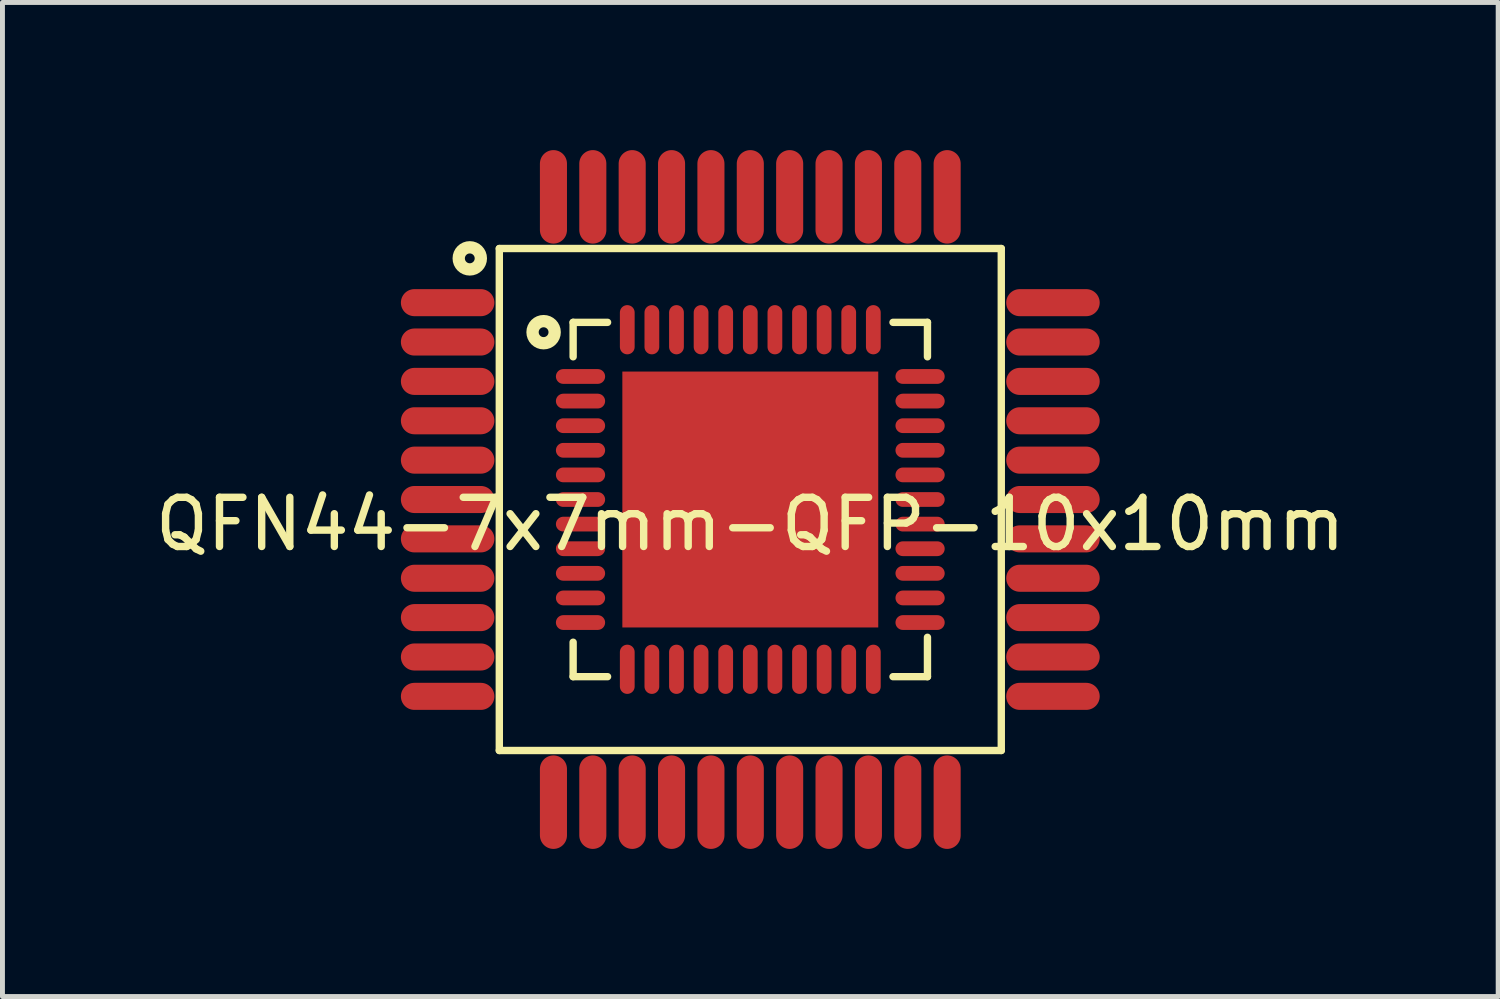
<source format=kicad_pcb>
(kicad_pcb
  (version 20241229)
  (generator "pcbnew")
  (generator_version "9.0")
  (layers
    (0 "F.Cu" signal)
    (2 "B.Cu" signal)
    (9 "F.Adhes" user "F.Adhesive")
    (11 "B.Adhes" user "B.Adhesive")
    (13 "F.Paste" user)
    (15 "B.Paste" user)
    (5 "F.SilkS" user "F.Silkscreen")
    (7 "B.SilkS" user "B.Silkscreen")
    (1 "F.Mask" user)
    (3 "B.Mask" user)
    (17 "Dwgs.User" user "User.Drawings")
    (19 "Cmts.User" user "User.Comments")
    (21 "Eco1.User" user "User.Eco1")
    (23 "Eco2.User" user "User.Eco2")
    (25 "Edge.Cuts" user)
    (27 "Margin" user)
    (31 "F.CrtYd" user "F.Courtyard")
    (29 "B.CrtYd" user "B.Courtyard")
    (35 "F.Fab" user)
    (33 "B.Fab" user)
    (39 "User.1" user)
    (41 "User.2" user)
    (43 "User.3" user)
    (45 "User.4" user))
  (footprint "QFN44-7x7mm-QFP-10x10mm"
    (layer "F.Cu")
    (at 12.196 7.1)
    (property "Reference" "QFN44-7x7mm-QFP-10x10mm" (at 0 0.5 0) (layer "F.SilkS") (effects (font (size 1 1) (thickness 0.15))))
    (attr through_hole)
    (fp_line (start -5.1 -5.1) (end -5.1 5.1) (stroke (width 0.15) (type solid)) (layer "F.SilkS"))
    (fp_line (start -5.1 5.1) (end 5.1 5.1) (stroke (width 0.15) (type solid)) (layer "F.SilkS"))
    (fp_line (start -3.6 -3.6) (end -2.9 -3.6) (stroke (width 0.15) (type solid)) (layer "F.SilkS"))
    (fp_line (start -3.6 -2.9) (end -3.6 -3.6) (stroke (width 0.15) (type solid)) (layer "F.SilkS"))
    (fp_line (start -3.6 3.6) (end -3.6 2.9) (stroke (width 0.15) (type solid)) (layer "F.SilkS"))
    (fp_line (start -2.9 3.6) (end -3.6 3.6) (stroke (width 0.15) (type solid)) (layer "F.SilkS"))
    (fp_line (start 2.9 -3.6) (end 3.6 -3.6) (stroke (width 0.15) (type solid)) (layer "F.SilkS"))
    (fp_line (start 3.6 -3.6) (end 3.6 -2.9) (stroke (width 0.15) (type solid)) (layer "F.SilkS"))
    (fp_line (start 3.6 2.8) (end 3.6 3.6) (stroke (width 0.15) (type solid)) (layer "F.SilkS"))
    (fp_line (start 3.6 3.6) (end 2.9 3.6) (stroke (width 0.15) (type solid)) (layer "F.SilkS"))
    (fp_line (start 5.1 -5.1) (end -5.1 -5.1) (stroke (width 0.15) (type solid)) (layer "F.SilkS"))
    (fp_line (start 5.1 5.1) (end 5.1 -5.1) (stroke (width 0.15) (type solid)) (layer "F.SilkS"))
    (fp_circle (center -5.7 -4.9) (end -5.6 -4.9) (stroke (width 0.25) (type solid)) (fill no) (layer "F.SilkS"))
    (fp_circle (center -4.2 -3.4) (end -4.1 -3.4) (stroke (width 0.25) (type solid)) (fill no) (layer "F.SilkS"))
    (pad "1" smd oval (at -6.15 -4) (size 1.9 0.55) (layers "F.Cu" "F.Mask" "F.Paste"))
    (pad "1" smd oval (at -3.45 -2.5) (size 1 0.3) (layers "F.Cu" "F.Mask" "F.Paste"))
    (pad "2" smd oval (at -6.15 -3.2) (size 1.9 0.55) (layers "F.Cu" "F.Mask" "F.Paste"))
    (pad "2" smd oval (at -3.45 -2) (size 1 0.3) (layers "F.Cu" "F.Mask" "F.Paste"))
    (pad "3" smd oval (at -6.15 -2.4) (size 1.9 0.55) (layers "F.Cu" "F.Mask" "F.Paste"))
    (pad "3" smd oval (at -3.45 -1.5) (size 1 0.3) (layers "F.Cu" "F.Mask" "F.Paste"))
    (pad "4" smd oval (at -6.15 -1.6) (size 1.9 0.55) (layers "F.Cu" "F.Mask" "F.Paste"))
    (pad "4" smd oval (at -3.45 -1) (size 1 0.3) (layers "F.Cu" "F.Mask" "F.Paste"))
    (pad "5" smd oval (at -6.15 -0.8) (size 1.9 0.55) (layers "F.Cu" "F.Mask" "F.Paste"))
    (pad "5" smd oval (at -3.45 -0.5) (size 1 0.3) (layers "F.Cu" "F.Mask" "F.Paste"))
    (pad "6" smd oval (at -6.15 0) (size 1.9 0.55) (layers "F.Cu" "F.Mask" "F.Paste"))
    (pad "6" smd oval (at -3.45 0) (size 1 0.3) (layers "F.Cu" "F.Mask" "F.Paste"))
    (pad "7" smd oval (at -6.15 0.8) (size 1.9 0.55) (layers "F.Cu" "F.Mask" "F.Paste"))
    (pad "7" smd oval (at -3.45 0.5) (size 1 0.3) (layers "F.Cu" "F.Mask" "F.Paste"))
    (pad "8" smd oval (at -6.15 1.6) (size 1.9 0.55) (layers "F.Cu" "F.Mask" "F.Paste"))
    (pad "8" smd oval (at -3.45 1) (size 1 0.3) (layers "F.Cu" "F.Mask" "F.Paste"))
    (pad "9" smd oval (at -6.15 2.4) (size 1.9 0.55) (layers "F.Cu" "F.Mask" "F.Paste"))
    (pad "9" smd oval (at -3.45 1.5) (size 1 0.3) (layers "F.Cu" "F.Mask" "F.Paste"))
    (pad "10" smd oval (at -6.15 3.2) (size 1.9 0.55) (layers "F.Cu" "F.Mask" "F.Paste"))
    (pad "10" smd oval (at -3.45 2) (size 1 0.3) (layers "F.Cu" "F.Mask" "F.Paste"))
    (pad "11" smd oval (at -6.15 4) (size 1.9 0.55) (layers "F.Cu" "F.Mask" "F.Paste"))
    (pad "11" smd oval (at -3.45 2.5) (size 1 0.3) (layers "F.Cu" "F.Mask" "F.Paste"))
    (pad "12" smd oval (at -4 6.15 90) (size 1.9 0.55) (layers "F.Cu" "F.Mask" "F.Paste"))
    (pad "12" smd oval (at -2.5 3.45) (size 0.3 1) (layers "F.Cu" "F.Mask" "F.Paste"))
    (pad "13" smd oval (at -3.2 6.15 90) (size 1.9 0.55) (layers "F.Cu" "F.Mask" "F.Paste"))
    (pad "13" smd oval (at -2 3.45) (size 0.3 1) (layers "F.Cu" "F.Mask" "F.Paste"))
    (pad "14" smd oval (at -2.4 6.15 90) (size 1.9 0.55) (layers "F.Cu" "F.Mask" "F.Paste"))
    (pad "14" smd oval (at -1.5 3.45) (size 0.3 1) (layers "F.Cu" "F.Mask" "F.Paste"))
    (pad "15" smd oval (at -1.6 6.15 90) (size 1.9 0.55) (layers "F.Cu" "F.Mask" "F.Paste"))
    (pad "15" smd oval (at -1 3.45) (size 0.3 1) (layers "F.Cu" "F.Mask" "F.Paste"))
    (pad "16" smd oval (at -0.8 6.15 90) (size 1.9 0.55) (layers "F.Cu" "F.Mask" "F.Paste"))
    (pad "16" smd oval (at -0.5 3.45) (size 0.3 1) (layers "F.Cu" "F.Mask" "F.Paste"))
    (pad "17" smd oval (at 0 3.45) (size 0.3 1) (layers "F.Cu" "F.Mask" "F.Paste"))
    (pad "17" smd oval (at 0 6.15 90) (size 1.9 0.55) (layers "F.Cu" "F.Mask" "F.Paste"))
    (pad "18" smd oval (at 0.5 3.45) (size 0.3 1) (layers "F.Cu" "F.Mask" "F.Paste"))
    (pad "18" smd oval (at 0.8 6.15 90) (size 1.9 0.55) (layers "F.Cu" "F.Mask" "F.Paste"))
    (pad "19" smd oval (at 1 3.45) (size 0.3 1) (layers "F.Cu" "F.Mask" "F.Paste"))
    (pad "19" smd oval (at 1.6 6.15 90) (size 1.9 0.55) (layers "F.Cu" "F.Mask" "F.Paste"))
    (pad "20" smd oval (at 1.5 3.45) (size 0.3 1) (layers "F.Cu" "F.Mask" "F.Paste"))
    (pad "20" smd oval (at 2.4 6.15 90) (size 1.9 0.55) (layers "F.Cu" "F.Mask" "F.Paste"))
    (pad "21" smd oval (at 2 3.45) (size 0.3 1) (layers "F.Cu" "F.Mask" "F.Paste"))
    (pad "21" smd oval (at 3.2 6.15 90) (size 1.9 0.55) (layers "F.Cu" "F.Mask" "F.Paste"))
    (pad "22" smd oval (at 2.5 3.45) (size 0.3 1) (layers "F.Cu" "F.Mask" "F.Paste"))
    (pad "22" smd oval (at 4 6.15 90) (size 1.9 0.55) (layers "F.Cu" "F.Mask" "F.Paste"))
    (pad "23" smd oval (at 3.45 2.5) (size 1 0.3) (layers "F.Cu" "F.Mask" "F.Paste"))
    (pad "23" smd oval (at 6.15 4) (size 1.9 0.55) (layers "F.Cu" "F.Mask" "F.Paste"))
    (pad "24" smd oval (at 3.45 2) (size 1 0.3) (layers "F.Cu" "F.Mask" "F.Paste"))
    (pad "24" smd oval (at 6.15 3.2) (size 1.9 0.55) (layers "F.Cu" "F.Mask" "F.Paste"))
    (pad "25" smd oval (at 3.45 1.5) (size 1 0.3) (layers "F.Cu" "F.Mask" "F.Paste"))
    (pad "25" smd oval (at 6.15 2.4) (size 1.9 0.55) (layers "F.Cu" "F.Mask" "F.Paste"))
    (pad "26" smd oval (at 3.45 1) (size 1 0.3) (layers "F.Cu" "F.Mask" "F.Paste"))
    (pad "26" smd oval (at 6.15 1.6) (size 1.9 0.55) (layers "F.Cu" "F.Mask" "F.Paste"))
    (pad "27" smd oval (at 3.45 0.5) (size 1 0.3) (layers "F.Cu" "F.Mask" "F.Paste"))
    (pad "27" smd oval (at 6.15 0.8) (size 1.9 0.55) (layers "F.Cu" "F.Mask" "F.Paste"))
    (pad "28" smd oval (at 3.45 0) (size 1 0.3) (layers "F.Cu" "F.Mask" "F.Paste"))
    (pad "28" smd oval (at 6.15 0) (size 1.9 0.55) (layers "F.Cu" "F.Mask" "F.Paste"))
    (pad "29" smd oval (at 3.45 -0.5) (size 1 0.3) (layers "F.Cu" "F.Mask" "F.Paste"))
    (pad "29" smd oval (at 6.15 -0.8) (size 1.9 0.55) (layers "F.Cu" "F.Mask" "F.Paste"))
    (pad "30" smd oval (at 3.45 -1) (size 1 0.3) (layers "F.Cu" "F.Mask" "F.Paste"))
    (pad "30" smd oval (at 6.15 -1.6) (size 1.9 0.55) (layers "F.Cu" "F.Mask" "F.Paste"))
    (pad "31" smd oval (at 3.45 -1.5) (size 1 0.3) (layers "F.Cu" "F.Mask" "F.Paste"))
    (pad "31" smd oval (at 6.15 -2.4) (size 1.9 0.55) (layers "F.Cu" "F.Mask" "F.Paste"))
    (pad "32" smd oval (at 3.45 -2) (size 1 0.3) (layers "F.Cu" "F.Mask" "F.Paste"))
    (pad "32" smd oval (at 6.15 -3.2) (size 1.9 0.55) (layers "F.Cu" "F.Mask" "F.Paste"))
    (pad "33" smd oval (at 3.45 -2.5) (size 1 0.3) (layers "F.Cu" "F.Mask" "F.Paste"))
    (pad "33" smd oval (at 6.15 -4) (size 1.9 0.55) (layers "F.Cu" "F.Mask" "F.Paste"))
    (pad "34" smd oval (at 2.5 -3.45) (size 0.3 1) (layers "F.Cu" "F.Mask" "F.Paste"))
    (pad "34" smd oval (at 4 -6.15 90) (size 1.9 0.55) (layers "F.Cu" "F.Mask" "F.Paste"))
    (pad "35" smd oval (at 2 -3.45) (size 0.3 1) (layers "F.Cu" "F.Mask" "F.Paste"))
    (pad "35" smd oval (at 3.2 -6.15 90) (size 1.9 0.55) (layers "F.Cu" "F.Mask" "F.Paste"))
    (pad "36" smd oval (at 1.5 -3.45) (size 0.3 1) (layers "F.Cu" "F.Mask" "F.Paste"))
    (pad "36" smd oval (at 2.4 -6.15 90) (size 1.9 0.55) (layers "F.Cu" "F.Mask" "F.Paste"))
    (pad "37" smd oval (at 1 -3.45) (size 0.3 1) (layers "F.Cu" "F.Mask" "F.Paste"))
    (pad "37" smd oval (at 1.6 -6.15 90) (size 1.9 0.55) (layers "F.Cu" "F.Mask" "F.Paste"))
    (pad "38" smd oval (at 0.5 -3.45) (size 0.3 1) (layers "F.Cu" "F.Mask" "F.Paste"))
    (pad "38" smd oval (at 0.8 -6.15 90) (size 1.9 0.55) (layers "F.Cu" "F.Mask" "F.Paste"))
    (pad "39" smd oval (at 0 -6.15 90) (size 1.9 0.55) (layers "F.Cu" "F.Mask" "F.Paste"))
    (pad "39" smd oval (at 0 -3.45) (size 0.3 1) (layers "F.Cu" "F.Mask" "F.Paste"))
    (pad "40" smd oval (at -0.8 -6.15 90) (size 1.9 0.55) (layers "F.Cu" "F.Mask" "F.Paste"))
    (pad "40" smd oval (at -0.5 -3.45) (size 0.3 1) (layers "F.Cu" "F.Mask" "F.Paste"))
    (pad "41" smd oval (at -1.6 -6.15 90) (size 1.9 0.55) (layers "F.Cu" "F.Mask" "F.Paste"))
    (pad "41" smd oval (at -1 -3.45) (size 0.3 1) (layers "F.Cu" "F.Mask" "F.Paste"))
    (pad "42" smd oval (at -2.4 -6.15 90) (size 1.9 0.55) (layers "F.Cu" "F.Mask" "F.Paste"))
    (pad "42" smd oval (at -1.5 -3.45) (size 0.3 1) (layers "F.Cu" "F.Mask" "F.Paste"))
    (pad "43" smd oval (at -3.2 -6.15 90) (size 1.9 0.55) (layers "F.Cu" "F.Mask" "F.Paste"))
    (pad "43" smd oval (at -2 -3.45) (size 0.3 1) (layers "F.Cu" "F.Mask" "F.Paste"))
    (pad "44" smd oval (at -4 -6.15 90) (size 1.9 0.55) (layers "F.Cu" "F.Mask" "F.Paste"))
    (pad "44" smd oval (at -2.5 -3.45) (size 0.3 1) (layers "F.Cu" "F.Mask" "F.Paste"))
    (pad "45" smd rect (at 0 0) (size 5.2 5.2) (layers "F.Cu" "F.Mask" "F.Paste")))
  (gr_rect
    (start -3 -3)
    (end 27.393 17.2)
    (stroke (width 0.1) (type default))
    (fill no)
    (layer "Edge.Cuts")))
</source>
